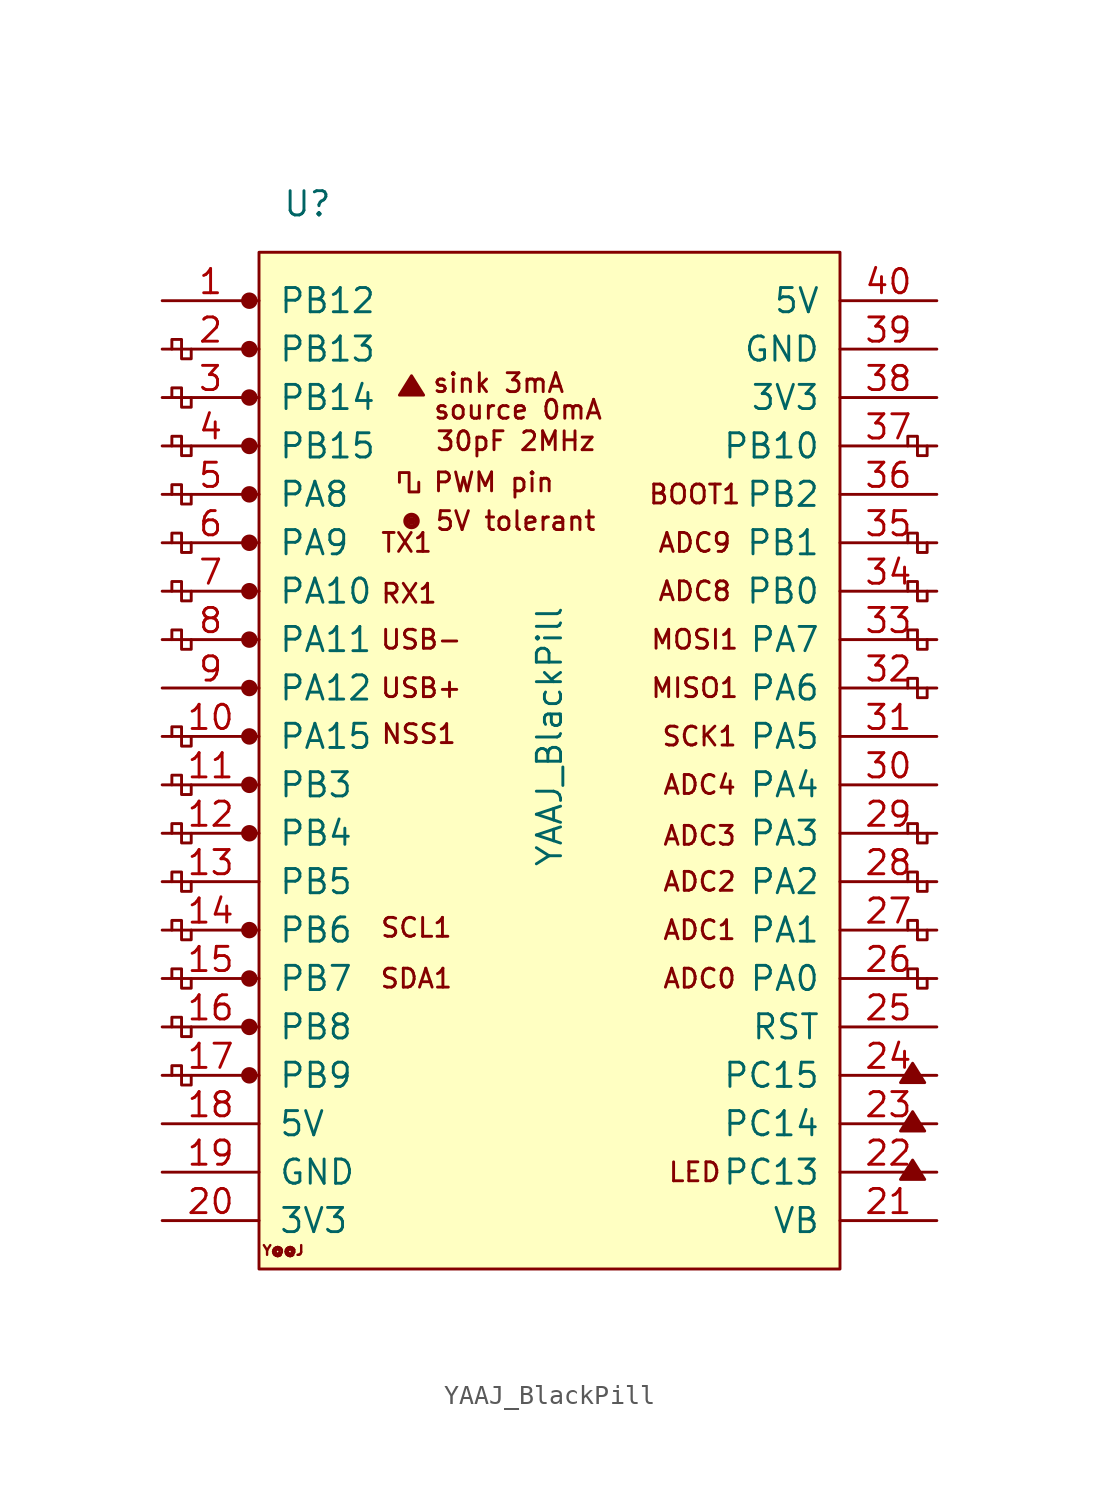
<source format=kicad_sym>
(kicad_symbol_lib
  (version 20220914)
  (generator kicad_symbol_editor)
  (symbol "YAAJ_BlackPill"
    (pin_names
      (offset 1.016))
    (property "Reference" "U"
      (at -12.7 22.86 0)
      (effects (font (size 1.27 1.27))))
    (property "Value" "YAAJ_BlackPill"
      (at 0 -5.08 90)
      (effects (font (size 1.27 1.27))))
    (symbol "YAAJ_BlackPill_0_0"
      (circle (center -15.748 -22.86) (radius 0.356) (stroke (width 0) (type solid)) (fill (type outline)))
      (circle (center -15.748 -20.32) (radius 0.356) (stroke (width 0) (type solid)) (fill (type outline)))
      (circle (center -15.748 -17.78) (radius 0.356) (stroke (width 0) (type solid)) (fill (type outline)))
      (circle (center -15.748 -15.24) (radius 0.356) (stroke (width 0) (type solid)) (fill (type outline)))
      (circle (center -15.748 -10.16) (radius 0.356) (stroke (width 0) (type solid)) (fill (type outline)))
      (circle (center -15.748 -7.62) (radius 0.356) (stroke (width 0) (type solid)) (fill (type outline)))
      (circle (center -15.748 -5.08) (radius 0.356) (stroke (width 0) (type solid)) (fill (type outline)))
      (circle (center -15.748 -2.54) (radius 0.356) (stroke (width 0) (type solid)) (fill (type outline)))
      (circle (center -15.748 0) (radius 0.356) (stroke (width 0) (type solid)) (fill (type outline)))
      (circle (center -15.748 2.54) (radius 0.356) (stroke (width 0) (type solid)) (fill (type outline)))
      (circle (center -15.748 5.08) (radius 0.356) (stroke (width 0) (type solid)) (fill (type outline)))
      (circle (center -15.748 7.62) (radius 0.356) (stroke (width 0) (type solid)) (fill (type outline)))
      (circle (center -15.748 10.16) (radius 0.356) (stroke (width 0) (type solid)) (fill (type outline)))
      (circle (center -15.748 12.7) (radius 0.356) (stroke (width 0) (type solid)) (fill (type outline)))
      (circle (center -15.748 17.78) (radius 0.356) (stroke (width 0) (type solid)) (fill (type outline)))
      (circle (center -7.239 6.223) (radius 0.127) (stroke (width 0) (type solid)) (fill (type outline)))
      (circle (center -7.239 6.223) (radius 0.254) (stroke (width 0) (type solid)) (fill (type none)))
      (circle (center -7.239 6.223) (radius 0.356) (stroke (width 0) (type solid)) (fill (type none)))
      (polyline (pts (xy -7.874 12.827) (xy -7.239 13.843) (xy -6.604 12.827) (xy -7.874 12.827) (xy -7.239 13.716) (xy -6.731 12.827) (xy -7.747 12.954) (xy -7.239 13.589) (xy -6.858 12.827) (xy -7.62 13.081) (xy -7.112 13.462) (xy -6.985 12.827) (xy -7.493 13.208) (xy -6.985 13.335) (xy -7.112 12.954) (xy -7.366 13.208) (xy -7.112 13.081) (xy -7.239 13.335)) (stroke (width 0) (type solid)) (fill (type none)))
      (polyline (pts (xy 18.415 -28.321) (xy 19.05 -27.305) (xy 19.685 -28.321) (xy 18.415 -28.321) (xy 19.05 -27.432) (xy 19.558 -28.321) (xy 18.542 -28.194) (xy 19.05 -27.559) (xy 19.431 -28.321) (xy 18.669 -28.067) (xy 19.177 -27.686) (xy 19.304 -28.321) (xy 18.796 -27.94) (xy 19.304 -27.813) (xy 19.177 -28.194) (xy 18.923 -27.94) (xy 19.177 -28.067) (xy 19.05 -27.813)) (stroke (width 0) (type solid)) (fill (type none)))
      (polyline (pts (xy 18.415 -25.781) (xy 19.05 -24.765) (xy 19.685 -25.781) (xy 18.415 -25.781) (xy 19.05 -24.892) (xy 19.558 -25.781) (xy 18.542 -25.654) (xy 19.05 -25.019) (xy 19.431 -25.781) (xy 18.669 -25.527) (xy 19.177 -25.146) (xy 19.304 -25.781) (xy 18.796 -25.4) (xy 19.304 -25.273) (xy 19.177 -25.654) (xy 18.923 -25.4) (xy 19.177 -25.527) (xy 19.05 -25.273)) (stroke (width 0) (type solid)) (fill (type none)))
      (polyline (pts (xy 18.415 -23.241) (xy 19.05 -22.225) (xy 19.685 -23.241) (xy 18.415 -23.241) (xy 19.05 -22.352) (xy 19.558 -23.241) (xy 18.542 -23.114) (xy 19.05 -22.479) (xy 19.431 -23.241) (xy 18.669 -22.987) (xy 19.177 -22.606) (xy 19.304 -23.241) (xy 18.796 -22.86) (xy 19.304 -22.733) (xy 19.177 -23.114) (xy 18.923 -22.86) (xy 19.177 -22.987) (xy 19.05 -22.733)) (stroke (width 0) (type solid)) (fill (type none)))
      (text "30pF 2MHz" (at -1.778 10.414 0) (effects (font (size 0.991 0.991))))
      (text "5V tolerant" (at -1.778 6.223 0) (effects (font (size 0.991 0.991))))
      (text "ADC0" (at 7.874 -17.78 0) (effects (font (size 0.991 0.991))))
      (text "ADC1" (at 7.874 -15.24 0) (effects (font (size 0.991 0.991))))
      (text "ADC2" (at 7.874 -12.7 0) (effects (font (size 0.991 0.991))))
      (text "ADC3" (at 7.874 -10.287 0) (effects (font (size 0.991 0.991))))
      (text "ADC4" (at 7.874 -7.62 0) (effects (font (size 0.991 0.991))))
      (text "ADC8" (at 7.62 2.54 0) (effects (font (size 0.991 0.991))))
      (text "ADC9" (at 7.62 5.08 0) (effects (font (size 0.991 0.991))))
      (text "LED" (at 7.62 -27.94 0) (effects (font (size 0.991 0.991))))
      (text "MISO1" (at 7.62 -2.54 0) (effects (font (size 0.991 0.991))))
      (text "MOSI1" (at 7.62 0 0) (effects (font (size 0.991 0.991))))
      (text "NSS1" (at -6.858 -4.953 0) (effects (font (size 0.991 0.991))))
      (text "PWM pin" (at -2.921 8.255 0) (effects (font (size 0.991 0.991))))
      (text "RX1" (at -7.366 2.413 0) (effects (font (size 0.991 0.991))))
      (text "SCK1" (at 7.874 -5.08 0) (effects (font (size 0.991 0.991))))
      (text "SCL1" (at -6.985 -15.113 0) (effects (font (size 0.991 0.991))))
      (text "SDA1" (at -6.985 -17.78 0) (effects (font (size 0.991 0.991))))
      (text "sink 3mA" (at -2.667 13.462 0) (effects (font (size 0.991 0.991))))
      (text "source 0mA" (at -1.651 12.065 0) (effects (font (size 0.991 0.991))))
      (text "TX1" (at -7.493 5.08 0) (effects (font (size 0.991 0.991))))
      (text "USB+" (at -6.731 -2.54 0) (effects (font (size 0.991 0.991))))
      (text "USB-" (at -6.731 0 0) (effects (font (size 0.991 0.991)))))
    (symbol "YAAJ_BlackPill_0_1"
      (rectangle (start -15.24 20.32) (end 15.24 -33.02) (stroke (width 0) (type solid)) (fill (type background)))
      (polyline (pts (xy -19.812 -15.24) (xy -19.812 -14.732) (xy -19.304 -14.732) (xy -19.304 -15.748) (xy -18.796 -15.748) (xy -18.796 -15.24)) (stroke (width 0) (type solid)) (fill (type none)))
      (polyline (pts (xy -19.812 -12.7) (xy -19.812 -12.192) (xy -19.304 -12.192) (xy -19.304 -13.208) (xy -18.796 -13.208) (xy -18.796 -12.7)) (stroke (width 0) (type solid)) (fill (type none)))
      (polyline (pts (xy -19.812 -10.16) (xy -19.812 -9.652) (xy -19.304 -9.652) (xy -19.304 -10.668) (xy -18.796 -10.668) (xy -18.796 -10.16)) (stroke (width 0) (type solid)) (fill (type none)))
      (polyline (pts (xy -19.812 -7.62) (xy -19.812 -7.112) (xy -19.304 -7.112) (xy -19.304 -8.128) (xy -18.796 -8.128) (xy -18.796 -7.62)) (stroke (width 0) (type solid)) (fill (type none)))
      (polyline (pts (xy -19.812 -5.08) (xy -19.812 -4.572) (xy -19.304 -4.572) (xy -19.304 -5.588) (xy -18.796 -5.588) (xy -18.796 -5.08)) (stroke (width 0) (type solid)) (fill (type none)))
      (polyline (pts (xy -19.812 0) (xy -19.812 0.508) (xy -19.304 0.508) (xy -19.304 -0.508) (xy -18.796 -0.508) (xy -18.796 0)) (stroke (width 0) (type solid)) (fill (type none)))
      (polyline (pts (xy -19.812 2.54) (xy -19.812 3.048) (xy -19.304 3.048) (xy -19.304 2.032) (xy -18.796 2.032) (xy -18.796 2.54)) (stroke (width 0) (type solid)) (fill (type none)))
      (polyline (pts (xy -19.812 5.08) (xy -19.812 5.588) (xy -19.304 5.588) (xy -19.304 4.572) (xy -18.796 4.572) (xy -18.796 5.08)) (stroke (width 0) (type solid)) (fill (type none)))
      (polyline (pts (xy -19.812 7.62) (xy -19.812 8.128) (xy -19.304 8.128) (xy -19.304 7.112) (xy -18.796 7.112) (xy -18.796 7.62)) (stroke (width 0) (type solid)) (fill (type none)))
      (polyline (pts (xy -19.812 10.16) (xy -19.812 10.668) (xy -19.304 10.668) (xy -19.304 9.652) (xy -18.796 9.652) (xy -18.796 10.16)) (stroke (width 0) (type solid)) (fill (type none)))
      (polyline (pts (xy -19.812 12.7) (xy -19.812 13.208) (xy -19.304 13.208) (xy -19.304 12.192) (xy -18.796 12.192) (xy -18.796 12.7)) (stroke (width 0) (type solid)) (fill (type none)))
      (polyline (pts (xy -19.812 15.24) (xy -19.812 15.748) (xy -19.304 15.748) (xy -19.304 14.732) (xy -18.796 14.732) (xy -18.796 15.24)) (stroke (width 0) (type solid)) (fill (type none)))
      (polyline (pts (xy -18.796 -22.86) (xy -18.796 -23.368) (xy -19.304 -23.368) (xy -19.304 -22.352) (xy -19.812 -22.352) (xy -19.812 -22.86)) (stroke (width 0) (type solid)) (fill (type none)))
      (polyline (pts (xy -18.796 -20.32) (xy -18.796 -20.828) (xy -19.304 -20.828) (xy -19.304 -19.812) (xy -19.812 -19.812) (xy -19.812 -20.32)) (stroke (width 0) (type solid)) (fill (type none)))
      (polyline (pts (xy -18.796 -17.78) (xy -18.796 -18.288) (xy -19.304 -18.288) (xy -19.304 -17.272) (xy -19.812 -17.272) (xy -19.812 -17.78)) (stroke (width 0) (type solid)) (fill (type none)))
      (polyline (pts (xy -6.858 8.255) (xy -6.858 7.747) (xy -7.366 7.747) (xy -7.366 8.763) (xy -7.874 8.763) (xy -7.874 8.255)) (stroke (width 0) (type solid)) (fill (type none)))
      (polyline (pts (xy 19.812 -17.78) (xy 19.812 -18.288) (xy 19.304 -18.288) (xy 19.304 -17.272) (xy 18.796 -17.272) (xy 18.796 -17.78)) (stroke (width 0) (type solid)) (fill (type none)))
      (polyline (pts (xy 19.812 -15.24) (xy 19.812 -15.748) (xy 19.304 -15.748) (xy 19.304 -14.732) (xy 18.796 -14.732) (xy 18.796 -15.24)) (stroke (width 0) (type solid)) (fill (type none)))
      (polyline (pts (xy 19.812 -12.7) (xy 19.812 -13.208) (xy 19.304 -13.208) (xy 19.304 -12.192) (xy 18.796 -12.192) (xy 18.796 -12.7)) (stroke (width 0) (type solid)) (fill (type none)))
      (polyline (pts (xy 19.812 -10.16) (xy 19.812 -10.668) (xy 19.304 -10.668) (xy 19.304 -9.652) (xy 18.796 -9.652) (xy 18.796 -10.16)) (stroke (width 0) (type solid)) (fill (type none)))
      (polyline (pts (xy 19.812 -2.54) (xy 19.812 -3.048) (xy 19.304 -3.048) (xy 19.304 -2.032) (xy 18.796 -2.032) (xy 18.796 -2.54)) (stroke (width 0) (type solid)) (fill (type none)))
      (polyline (pts (xy 19.812 0) (xy 19.812 -0.508) (xy 19.304 -0.508) (xy 19.304 0.508) (xy 18.796 0.508) (xy 18.796 0)) (stroke (width 0) (type solid)) (fill (type none)))
      (polyline (pts (xy 19.812 2.54) (xy 19.812 2.032) (xy 19.304 2.032) (xy 19.304 3.048) (xy 18.796 3.048) (xy 18.796 2.54)) (stroke (width 0) (type solid)) (fill (type none)))
      (polyline (pts (xy 19.812 5.08) (xy 19.812 4.572) (xy 19.304 4.572) (xy 19.304 5.588) (xy 18.796 5.588) (xy 18.796 5.08)) (stroke (width 0) (type solid)) (fill (type none)))
      (polyline (pts (xy 19.812 10.16) (xy 19.812 9.652) (xy 19.304 9.652) (xy 19.304 10.668) (xy 18.796 10.668) (xy 18.796 10.16)) (stroke (width 0) (type solid)) (fill (type none))))
    (symbol "YAAJ_BlackPill_1_0"
      (text "BOOT1" (at 7.62 7.62 0) (effects (font (size 0.991 0.991))))
      (text "Y@@J" (at -13.97 -31.75 0) (effects (font (size 0.508 0.508)) (justify top))))
    (symbol "YAAJ_BlackPill_1_1"
      (circle (center -15.748 15.24) (radius 0.356) (stroke (width 0) (type solid)) (fill (type outline)))
      (pin bidirectional line (at -20.32 17.78 0) (length 5.08) (name "PB12" (effects (font (size 1.27 1.27)))) (number "1" (effects (font (size 1.27 1.27)))))
      (pin bidirectional line (at -20.32 -5.08 0) (length 5.08) (name "PA15" (effects (font (size 1.27 1.27)))) (number "10" (effects (font (size 1.27 1.27)))))
      (pin bidirectional line (at -20.32 -7.62 0) (length 5.08) (name "PB3" (effects (font (size 1.27 1.27)))) (number "11" (effects (font (size 1.27 1.27)))))
      (pin bidirectional line (at -20.32 -10.16 0) (length 5.08) (name "PB4" (effects (font (size 1.27 1.27)))) (number "12" (effects (font (size 1.27 1.27)))))
      (pin bidirectional line (at -20.32 -12.7 0) (length 5.08) (name "PB5" (effects (font (size 1.27 1.27)))) (number "13" (effects (font (size 1.27 1.27)))))
      (pin bidirectional line (at -20.32 -15.24 0) (length 5.08) (name "PB6" (effects (font (size 1.27 1.27)))) (number "14" (effects (font (size 1.27 1.27)))))
      (pin bidirectional line (at -20.32 -17.78 0) (length 5.08) (name "PB7" (effects (font (size 1.27 1.27)))) (number "15" (effects (font (size 1.27 1.27)))))
      (pin bidirectional line (at -20.32 -20.32 0) (length 5.08) (name "PB8" (effects (font (size 1.27 1.27)))) (number "16" (effects (font (size 1.27 1.27)))))
      (pin bidirectional line (at -20.32 -22.86 0) (length 5.08) (name "PB9" (effects (font (size 1.27 1.27)))) (number "17" (effects (font (size 1.27 1.27)))))
      (pin power_in line (at -20.32 -25.4 0) (length 5.08) (name "5V" (effects (font (size 1.27 1.27)))) (number "18" (effects (font (size 1.27 1.27)))))
      (pin power_in line (at -20.32 -27.94 0) (length 5.08) (name "GND" (effects (font (size 1.27 1.27)))) (number "19" (effects (font (size 1.27 1.27)))))
      (pin bidirectional line (at -20.32 15.24 0) (length 5.08) (name "PB13" (effects (font (size 1.27 1.27)))) (number "2" (effects (font (size 1.27 1.27)))))
      (pin power_in line (at -20.32 -30.48 0) (length 5.08) (name "3V3" (effects (font (size 1.27 1.27)))) (number "20" (effects (font (size 1.27 1.27)))))
      (pin power_in line (at 20.32 -30.48 180) (length 5.08) (name "VB" (effects (font (size 1.27 1.27)))) (number "21" (effects (font (size 1.27 1.27)))))
      (pin bidirectional line (at 20.32 -27.94 180) (length 5.08) (name "PC13" (effects (font (size 1.27 1.27)))) (number "22" (effects (font (size 1.27 1.27)))))
      (pin bidirectional line (at 20.32 -25.4 180) (length 5.08) (name "PC14" (effects (font (size 1.27 1.27)))) (number "23" (effects (font (size 1.27 1.27)))))
      (pin bidirectional line (at 20.32 -22.86 180) (length 5.08) (name "PC15" (effects (font (size 1.27 1.27)))) (number "24" (effects (font (size 1.27 1.27)))))
      (pin input line (at 20.32 -20.32 180) (length 5.08) (name "RST" (effects (font (size 1.27 1.27)))) (number "25" (effects (font (size 1.27 1.27)))))
      (pin bidirectional line (at 20.32 -17.78 180) (length 5.08) (name "PA0" (effects (font (size 1.27 1.27)))) (number "26" (effects (font (size 1.27 1.27)))))
      (pin bidirectional line (at 20.32 -15.24 180) (length 5.08) (name "PA1" (effects (font (size 1.27 1.27)))) (number "27" (effects (font (size 1.27 1.27)))))
      (pin bidirectional line (at 20.32 -12.7 180) (length 5.08) (name "PA2" (effects (font (size 1.27 1.27)))) (number "28" (effects (font (size 1.27 1.27)))))
      (pin bidirectional line (at 20.32 -10.16 180) (length 5.08) (name "PA3" (effects (font (size 1.27 1.27)))) (number "29" (effects (font (size 1.27 1.27)))))
      (pin bidirectional line (at -20.32 12.7 0) (length 5.08) (name "PB14" (effects (font (size 1.27 1.27)))) (number "3" (effects (font (size 1.27 1.27)))))
      (pin bidirectional line (at 20.32 -7.62 180) (length 5.08) (name "PA4" (effects (font (size 1.27 1.27)))) (number "30" (effects (font (size 1.27 1.27)))))
      (pin bidirectional line (at 20.32 -5.08 180) (length 5.08) (name "PA5" (effects (font (size 1.27 1.27)))) (number "31" (effects (font (size 1.27 1.27)))))
      (pin bidirectional line (at 20.32 -2.54 180) (length 5.08) (name "PA6" (effects (font (size 1.27 1.27)))) (number "32" (effects (font (size 1.27 1.27)))))
      (pin bidirectional line (at 20.32 0 180) (length 5.08) (name "PA7" (effects (font (size 1.27 1.27)))) (number "33" (effects (font (size 1.27 1.27)))))
      (pin bidirectional line (at 20.32 2.54 180) (length 5.08) (name "PB0" (effects (font (size 1.27 1.27)))) (number "34" (effects (font (size 1.27 1.27)))))
      (pin bidirectional line (at 20.32 5.08 180) (length 5.08) (name "PB1" (effects (font (size 1.27 1.27)))) (number "35" (effects (font (size 1.27 1.27)))))
      (pin bidirectional line (at 20.32 7.62 180) (length 5.08) (name "PB2" (effects (font (size 1.27 1.27)))) (number "36" (effects (font (size 1.27 1.27)))))
      (pin bidirectional line (at 20.32 10.16 180) (length 5.08) (name "PB10" (effects (font (size 1.27 1.27)))) (number "37" (effects (font (size 1.27 1.27)))))
      (pin power_in line (at 20.32 12.7 180) (length 5.08) (name "3V3" (effects (font (size 1.27 1.27)))) (number "38" (effects (font (size 1.27 1.27)))))
      (pin power_in line (at 20.32 15.24 180) (length 5.08) (name "GND" (effects (font (size 1.27 1.27)))) (number "39" (effects (font (size 1.27 1.27)))))
      (pin bidirectional line (at -20.32 10.16 0) (length 5.08) (name "PB15" (effects (font (size 1.27 1.27)))) (number "4" (effects (font (size 1.27 1.27)))))
      (pin power_in line (at 20.32 17.78 180) (length 5.08) (name "5V" (effects (font (size 1.27 1.27)))) (number "40" (effects (font (size 1.27 1.27)))))
      (pin bidirectional line (at -20.32 7.62 0) (length 5.08) (name "PA8" (effects (font (size 1.27 1.27)))) (number "5" (effects (font (size 1.27 1.27)))))
      (pin bidirectional line (at -20.32 5.08 0) (length 5.08) (name "PA9" (effects (font (size 1.27 1.27)))) (number "6" (effects (font (size 1.27 1.27)))))
      (pin bidirectional line (at -20.32 2.54 0) (length 5.08) (name "PA10" (effects (font (size 1.27 1.27)))) (number "7" (effects (font (size 1.27 1.27)))))
      (pin bidirectional line (at -20.32 0 0) (length 5.08) (name "PA11" (effects (font (size 1.27 1.27)))) (number "8" (effects (font (size 1.27 1.27)))))
      (pin bidirectional line (at -20.32 -2.54 0) (length 5.08) (name "PA12" (effects (font (size 1.27 1.27)))) (number "9" (effects (font (size 1.27 1.27))))))))
</source>
